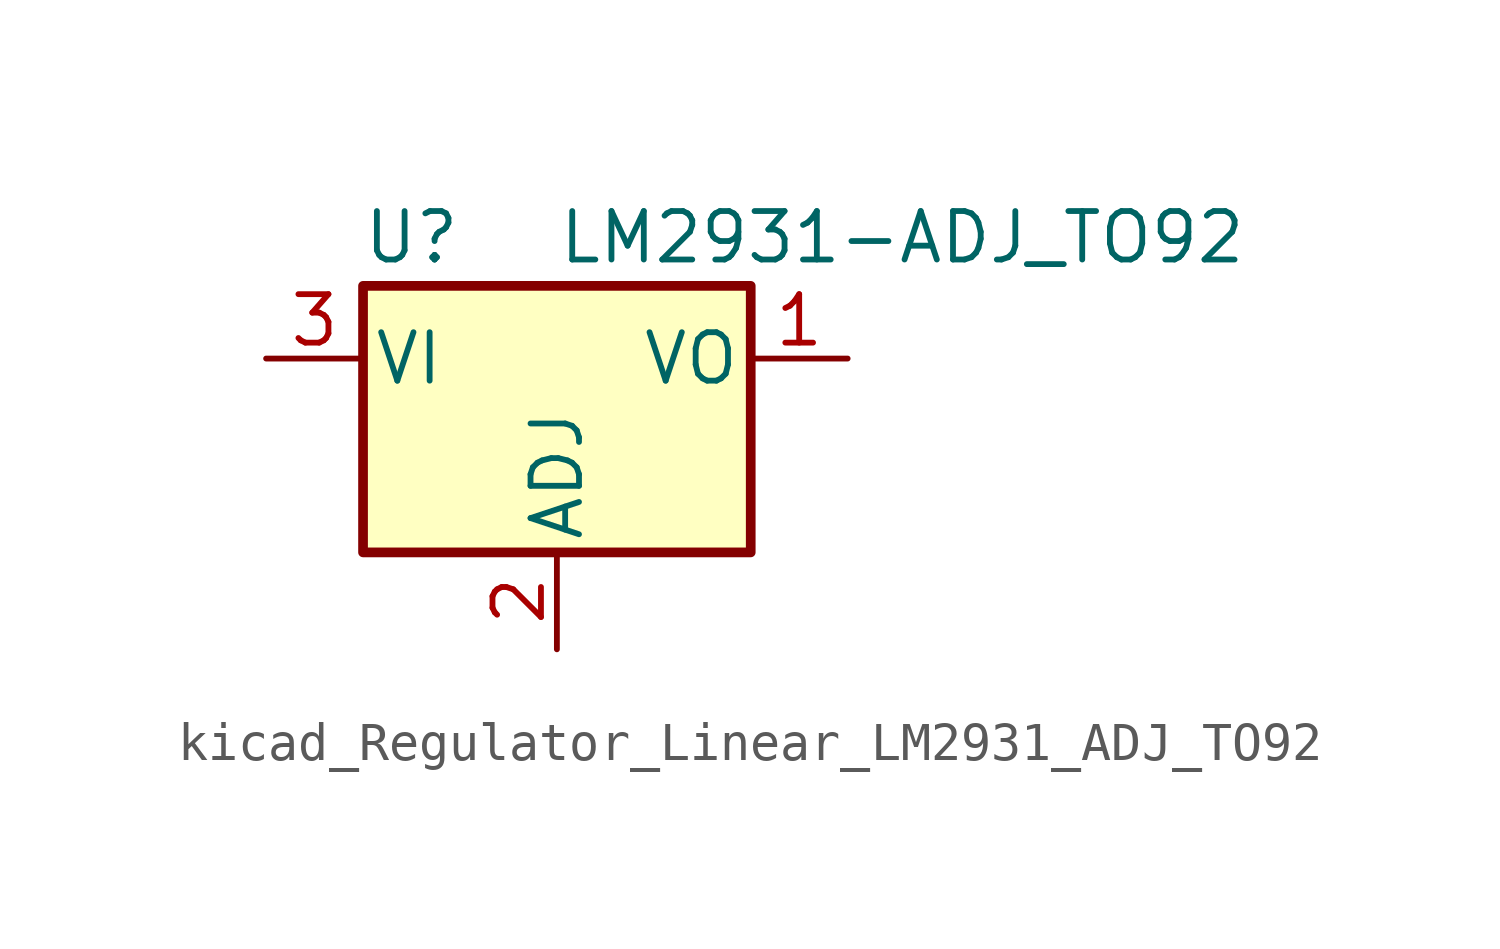
<source format=kicad_sym>
(kicad_symbol_lib
  (version 20220914)
  (generator kicad_symbol_editor)
  (symbol "kicad_Regulator_Linear_LM2931_ADJ_TO92"
    (pin_names
      (offset 0.254))
    (property "Reference" "U"
      (at -3.81 3.175 0)
      (effects (font (size 1.27 1.27))))
    (property "Value" "LM2931-ADJ_TO92"
      (at 0 3.175 0)
      (effects (font (size 1.27 1.27)) (justify left)))
    (symbol "kicad_Regulator_Linear_LM2931_ADJ_TO92_0_1"
      (rectangle (start -5.08 1.905) (end 5.08 -5.08) (stroke (width 0.254) (type default)) (fill (type background))))
    (symbol "kicad_Regulator_Linear_LM2931_ADJ_TO92_1_1"
      (pin power_out line (at 7.62 0 180) (length 2.54) (name "VO" (effects (font (size 1.27 1.27)))) (number "1" (effects (font (size 1.27 1.27)))))
      (pin input line (at 0 -7.62 90) (length 2.54) (name "ADJ" (effects (font (size 1.27 1.27)))) (number "2" (effects (font (size 1.27 1.27)))))
      (pin power_in line (at -7.62 0 0) (length 2.54) (name "VI" (effects (font (size 1.27 1.27)))) (number "3" (effects (font (size 1.27 1.27))))))))
</source>
